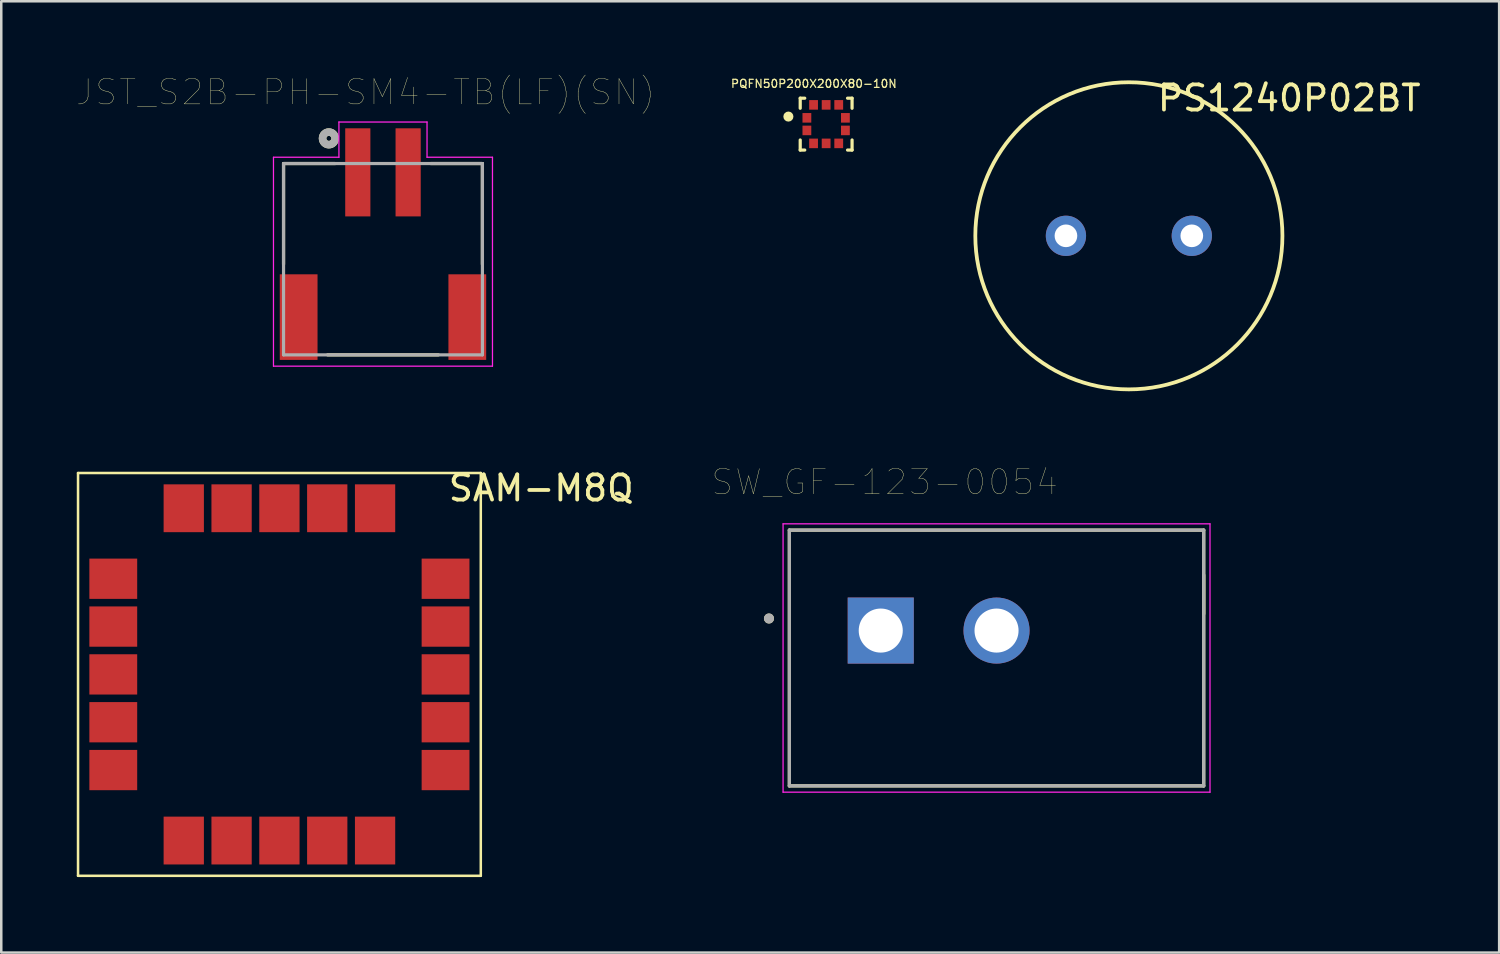
<source format=kicad_pcb>
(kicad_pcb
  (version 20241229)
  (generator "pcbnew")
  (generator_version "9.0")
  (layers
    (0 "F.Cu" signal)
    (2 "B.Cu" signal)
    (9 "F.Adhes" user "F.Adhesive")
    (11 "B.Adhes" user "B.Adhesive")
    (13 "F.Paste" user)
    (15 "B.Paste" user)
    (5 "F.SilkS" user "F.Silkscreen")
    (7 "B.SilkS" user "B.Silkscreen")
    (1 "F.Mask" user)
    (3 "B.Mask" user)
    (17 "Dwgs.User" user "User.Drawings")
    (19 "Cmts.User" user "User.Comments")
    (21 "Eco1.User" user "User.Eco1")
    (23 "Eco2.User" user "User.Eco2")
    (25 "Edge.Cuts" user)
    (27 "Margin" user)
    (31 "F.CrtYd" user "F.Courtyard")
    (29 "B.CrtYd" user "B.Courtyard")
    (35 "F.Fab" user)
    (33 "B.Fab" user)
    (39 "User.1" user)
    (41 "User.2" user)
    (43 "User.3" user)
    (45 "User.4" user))
  (footprint "PQFN50P200X200X80-10N"
    (layer "F.Cu")
    (at 29.769 1.881)
    (property "Reference" "PQFN50P200X200X80-10N" (at -0.488 -1.605 0) (layer "F.SilkS") (effects (font (size 0.32 0.32) (thickness 0.05))))
    (attr smd)
    (fp_line (start -1.03 -1.03) (end -0.85 -1.03) (stroke (width 0.127) (type solid)) (layer "F.SilkS"))
    (fp_line (start -1.03 -0.63) (end -1.03 -1.03) (stroke (width 0.127) (type solid)) (layer "F.SilkS"))
    (fp_line (start -1.03 1.03) (end -1.03 0.63) (stroke (width 0.127) (type solid)) (layer "F.SilkS"))
    (fp_line (start -0.85 1.03) (end -1.03 1.03) (stroke (width 0.127) (type solid)) (layer "F.SilkS"))
    (fp_line (start 0.85 -1.03) (end 1.03 -1.03) (stroke (width 0.127) (type solid)) (layer "F.SilkS"))
    (fp_line (start 0.85 1.03) (end 1.03 1.03) (stroke (width 0.127) (type solid)) (layer "F.SilkS"))
    (fp_line (start 1.03 -1.03) (end 1.03 -0.63) (stroke (width 0.127) (type solid)) (layer "F.SilkS"))
    (fp_line (start 1.03 1.03) (end 1.03 0.63) (stroke (width 0.127) (type solid)) (layer "F.SilkS"))
    (fp_circle (center -1.5 -0.3) (end -1.4 -0.3) (stroke (width 0.2) (type solid)) (fill no) (layer "F.SilkS"))
    (fp_line (start -1.21 -1.21) (end 1.21 -1.21) (stroke (width 0.05) (type solid)) (layer "Eco1.User"))
    (fp_line (start -1.21 1.21) (end -1.21 -1.21) (stroke (width 0.05) (type solid)) (layer "Eco1.User"))
    (fp_line (start 1.21 -1.21) (end 1.21 1.21) (stroke (width 0.05) (type solid)) (layer "Eco1.User"))
    (fp_line (start 1.21 1.21) (end -1.21 1.21) (stroke (width 0.05) (type solid)) (layer "Eco1.User"))
    (fp_line (start -1.03 -1.03) (end 1.03 -1.03) (stroke (width 0.127) (type solid)) (layer "Eco2.User"))
    (fp_line (start -1.03 1.03) (end -1.03 -1.03) (stroke (width 0.127) (type solid)) (layer "Eco2.User"))
    (fp_line (start 1.03 -1.03) (end 1.03 1.03) (stroke (width 0.127) (type solid)) (layer "Eco2.User"))
    (fp_line (start 1.03 1.03) (end -1.03 1.03) (stroke (width 0.127) (type solid)) (layer "Eco2.User"))
    (fp_circle (center -1.5 -0.3) (end -1.4 -0.3) (stroke (width 0.2) (type solid)) (fill no) (layer "Eco2.User"))
    (pad "1" smd rect (at -0.765 -0.25 90) (size 0.38 0.35) (layers "F.Cu" "F.Mask" "F.Paste"))
    (pad "2" smd rect (at -0.765 0.25 90) (size 0.38 0.35) (layers "F.Cu" "F.Mask" "F.Paste"))
    (pad "3" smd rect (at -0.5 0.765 90) (size 0.38 0.35) (layers "F.Cu" "F.Mask" "F.Paste"))
    (pad "4" smd rect (at 0 0.765 90) (size 0.38 0.35) (layers "F.Cu" "F.Mask" "F.Paste"))
    (pad "5" smd rect (at 0.5 0.765 90) (size 0.38 0.35) (layers "F.Cu" "F.Mask" "F.Paste"))
    (pad "6" smd rect (at 0.765 0.25 90) (size 0.38 0.35) (layers "F.Cu" "F.Mask" "F.Paste"))
    (pad "7" smd rect (at 0.765 -0.25 90) (size 0.38 0.35) (layers "F.Cu" "F.Mask" "F.Paste"))
    (pad "8" smd rect (at 0.5 -0.765 90) (size 0.38 0.35) (layers "F.Cu" "F.Mask" "F.Paste"))
    (pad "9" smd rect (at 0 -0.765 90) (size 0.38 0.35) (layers "F.Cu" "F.Mask" "F.Paste"))
    (pad "10" smd rect (at -0.5 -0.765 90) (size 0.38 0.35) (layers "F.Cu" "F.Mask" "F.Paste")))
  (footprint "SW_GF-123-0054"
    (layer "F.Cu")
    (at 36.538 23.09)
    (property "Reference" "SW_GF-123-0054" (at -4.445 -6.985 0) (layer "F.SilkS") (effects (font (size 1 1) (thickness 0.015))))
    (attr through_hole)
    (fp_line (start -8.23 5.08) (end -8.23 -5.08) (stroke (width 0.127) (type solid)) (layer "F.SilkS"))
    (fp_line (start 8.23 -5.08) (end -8.23 -5.08) (stroke (width 0.127) (type solid)) (layer "F.SilkS"))
    (fp_line (start 8.23 -5.08) (end 8.23 5.08) (stroke (width 0.127) (type solid)) (layer "F.SilkS"))
    (fp_line (start 8.23 -3.3) (end 8.23 -1.75) (stroke (width 0.127) (type solid)) (layer "F.SilkS"))
    (fp_line (start 8.23 5.08) (end -8.23 5.08) (stroke (width 0.127) (type solid)) (layer "F.SilkS"))
    (fp_circle (center -9.04 -1.57) (end -8.94 -1.57) (stroke (width 0.2) (type solid)) (fill no) (layer "F.SilkS"))
    (fp_line (start -8.48 -5.33) (end 8.48 -5.33) (stroke (width 0.05) (type solid)) (layer "F.CrtYd"))
    (fp_line (start -8.48 5.33) (end -8.48 -5.33) (stroke (width 0.05) (type solid)) (layer "F.CrtYd"))
    (fp_line (start 8.48 -5.33) (end 8.48 5.33) (stroke (width 0.05) (type solid)) (layer "F.CrtYd"))
    (fp_line (start 8.48 5.33) (end -8.48 5.33) (stroke (width 0.05) (type solid)) (layer "F.CrtYd"))
    (fp_line (start -8.23 -5.08) (end 8.23 -5.08) (stroke (width 0.127) (type solid)) (layer "F.Fab"))
    (fp_line (start -8.23 5.08) (end -8.23 -5.08) (stroke (width 0.127) (type solid)) (layer "F.Fab"))
    (fp_line (start 8.23 -5.08) (end 8.23 5.08) (stroke (width 0.127) (type solid)) (layer "F.Fab"))
    (fp_line (start 8.23 5.08) (end -8.23 5.08) (stroke (width 0.127) (type solid)) (layer "F.Fab"))
    (fp_circle (center -9.04 -1.57) (end -8.94 -1.57) (stroke (width 0.2) (type solid)) (fill no) (layer "F.Fab"))
    (pad "1" thru_hole rect (at -4.6 -1.09) (size 2.625 2.625) (drill 1.75) (layers "*.Cu" "*.Mask"))
    (pad "2" thru_hole circle (at 0 -1.09) (size 2.625 2.625) (drill 1.75) (layers "*.Cu" "*.Mask")))
  (footprint "SAM-M8Q"
    (layer "F.Cu")
    (at 8.05 23.741)
    (property "Reference" "SAM-M8Q" (at 10.4 -7.4 0) (layer "F.SilkS") (effects (font (size 1 1) (thickness 0.15))))
    (attr through_hole)
    (fp_line (start -8 -8) (end 8 -8) (stroke (width 0.1) (type solid)) (layer "F.SilkS"))
    (fp_line (start -8 8) (end -8 -8) (stroke (width 0.1) (type solid)) (layer "F.SilkS"))
    (fp_line (start 8 -8) (end 8 8) (stroke (width 0.1) (type solid)) (layer "F.SilkS"))
    (fp_line (start 8 8) (end -8 8) (stroke (width 0.1) (type solid)) (layer "F.SilkS"))
    (pad "1" smd rect (at -6.6 -3.8) (size 1.9 1.6) (layers "F.Cu" "F.Mask" "F.Paste"))
    (pad "2" smd rect (at -6.6 -1.9) (size 1.9 1.6) (layers "F.Cu" "F.Mask" "F.Paste"))
    (pad "3" smd rect (at -6.6 0) (size 1.9 1.6) (layers "F.Cu" "F.Mask" "F.Paste"))
    (pad "4" smd rect (at -6.6 1.9) (size 1.9 1.6) (layers "F.Cu" "F.Mask" "F.Paste"))
    (pad "5" smd rect (at -6.6 3.8) (size 1.9 1.6) (layers "F.Cu" "F.Mask" "F.Paste"))
    (pad "6" smd rect (at -3.8 6.6) (size 1.6 1.9) (layers "F.Cu" "F.Mask" "F.Paste"))
    (pad "7" smd rect (at -1.9 6.6) (size 1.6 1.9) (layers "F.Cu" "F.Mask" "F.Paste"))
    (pad "8" smd rect (at 0 6.6) (size 1.6 1.9) (layers "F.Cu" "F.Mask" "F.Paste"))
    (pad "9" smd rect (at 1.9 6.6) (size 1.6 1.9) (layers "F.Cu" "F.Mask" "F.Paste"))
    (pad "10" smd rect (at 3.8 6.6) (size 1.6 1.9) (layers "F.Cu" "F.Mask" "F.Paste"))
    (pad "11" smd rect (at 6.6 3.8) (size 1.9 1.6) (layers "F.Cu" "F.Mask" "F.Paste"))
    (pad "12" smd rect (at 6.6 1.9) (size 1.9 1.6) (layers "F.Cu" "F.Mask" "F.Paste"))
    (pad "13" smd rect (at 6.6 0) (size 1.9 1.6) (layers "F.Cu" "F.Mask" "F.Paste"))
    (pad "14" smd rect (at 6.6 -1.9) (size 1.9 1.6) (layers "F.Cu" "F.Mask" "F.Paste"))
    (pad "15" smd rect (at 6.6 -3.8) (size 1.9 1.6) (layers "F.Cu" "F.Mask" "F.Paste"))
    (pad "16" smd rect (at 3.8 -6.6) (size 1.6 1.9) (layers "F.Cu" "F.Mask" "F.Paste"))
    (pad "17" smd rect (at 1.9 -6.6) (size 1.6 1.9) (layers "F.Cu" "F.Mask" "F.Paste"))
    (pad "18" smd rect (at 0 -6.6) (size 1.6 1.9) (layers "F.Cu" "F.Mask" "F.Paste"))
    (pad "19" smd rect (at -1.9 -6.6) (size 1.6 1.9) (layers "F.Cu" "F.Mask" "F.Paste"))
    (pad "20" smd rect (at -3.8 -6.6) (size 1.6 1.9) (layers "F.Cu" "F.Mask" "F.Paste")))
  (footprint "PS1240P02BT"
    (layer "F.Cu")
    (at 41.795 6.318)
    (property "Reference" "PS1240P02BT" (at 6.37 -5.47 0) (layer "F.SilkS") (effects (font (size 1 1) (thickness 0.15))))
    (attr through_hole)
    (fp_circle (center 0 0) (end 6.1 0) (stroke (width 0.15) (type solid)) (fill no) (layer "F.SilkS"))
    (pad "1" thru_hole circle (at -2.5 0) (size 1.6 1.6) (drill 0.9) (layers "*.Cu" "*.Mask"))
    (pad "2" thru_hole circle (at 2.5 0) (size 1.6 1.6) (drill 0.9) (layers "*.Cu" "*.Mask")))
  (footprint "JST_S2B-PH-SM4-TB(LF)(SN)"
    (layer "F.Cu")
    (at 12.164 3.797)
    (property "Reference" "JST_S2B-PH-SM4-TB(LF)(SN)" (at -0.692 -3.184 0) (layer "F.SilkS") (effects (font (size 1.002 1.002) (thickness 0.015))))
    (attr through_hole)
    (fp_line (start -3.95 -0.35) (end -3.95 3.65) (stroke (width 0.127) (type solid)) (layer "F.SilkS"))
    (fp_line (start -2.2 7.25) (end 2.2 7.25) (stroke (width 0.127) (type solid)) (layer "F.SilkS"))
    (fp_line (start -1.9 -0.35) (end -3.95 -0.35) (stroke (width 0.127) (type solid)) (layer "F.SilkS"))
    (fp_line (start 3.95 -0.35) (end 1.9 -0.35) (stroke (width 0.127) (type solid)) (layer "F.SilkS"))
    (fp_line (start 3.95 3.65) (end 3.95 -0.35) (stroke (width 0.127) (type solid)) (layer "F.SilkS"))
    (fp_circle (center -2.15 -1.35) (end -2.05 -1.35) (stroke (width 0.3) (type solid)) (fill no) (layer "F.SilkS"))
    (fp_line (start -4.35 -0.6) (end -1.75 -0.6) (stroke (width 0.05) (type solid)) (layer "F.CrtYd"))
    (fp_line (start -4.35 7.7) (end -4.35 -0.6) (stroke (width 0.05) (type solid)) (layer "F.CrtYd"))
    (fp_line (start -1.75 -2) (end 1.75 -2) (stroke (width 0.05) (type solid)) (layer "F.CrtYd"))
    (fp_line (start -1.75 -0.6) (end -1.75 -2) (stroke (width 0.05) (type solid)) (layer "F.CrtYd"))
    (fp_line (start 1.75 -2) (end 1.75 -0.6) (stroke (width 0.05) (type solid)) (layer "F.CrtYd"))
    (fp_line (start 1.75 -0.6) (end 4.35 -0.6) (stroke (width 0.05) (type solid)) (layer "F.CrtYd"))
    (fp_line (start 4.35 -0.6) (end 4.35 7.7) (stroke (width 0.05) (type solid)) (layer "F.CrtYd"))
    (fp_line (start 4.35 7.7) (end -4.35 7.7) (stroke (width 0.05) (type solid)) (layer "F.CrtYd"))
    (fp_line (start -3.95 -0.35) (end 3.95 -0.35) (stroke (width 0.127) (type solid)) (layer "F.Fab"))
    (fp_line (start -3.95 7.25) (end -3.95 -0.35) (stroke (width 0.127) (type solid)) (layer "F.Fab"))
    (fp_line (start 3.95 -0.35) (end 3.95 7.25) (stroke (width 0.127) (type solid)) (layer "F.Fab"))
    (fp_line (start 3.95 7.25) (end -3.95 7.25) (stroke (width 0.127) (type solid)) (layer "F.Fab"))
    (fp_circle (center -2.15 -1.35) (end -2.05 -1.35) (stroke (width 0.3) (type solid)) (fill no) (layer "F.Fab"))
    (pad "1" smd rect (at -1 0) (size 1 3.5) (layers "F.Cu" "F.Mask" "F.Paste"))
    (pad "2" smd rect (at 1 0) (size 1 3.5) (layers "F.Cu" "F.Mask" "F.Paste"))
    (pad "S1" smd rect (at -3.35 5.75) (size 1.5 3.4) (layers "F.Cu" "F.Mask" "F.Paste"))
    (pad "S2" smd rect (at 3.35 5.75) (size 1.5 3.4) (layers "F.Cu" "F.Mask" "F.Paste")))
  (gr_rect
    (start -3 -3)
    (end 56.505 34.791)
    (stroke (width 0.1) (type default))
    (fill no)
    (layer "Edge.Cuts")))
</source>
